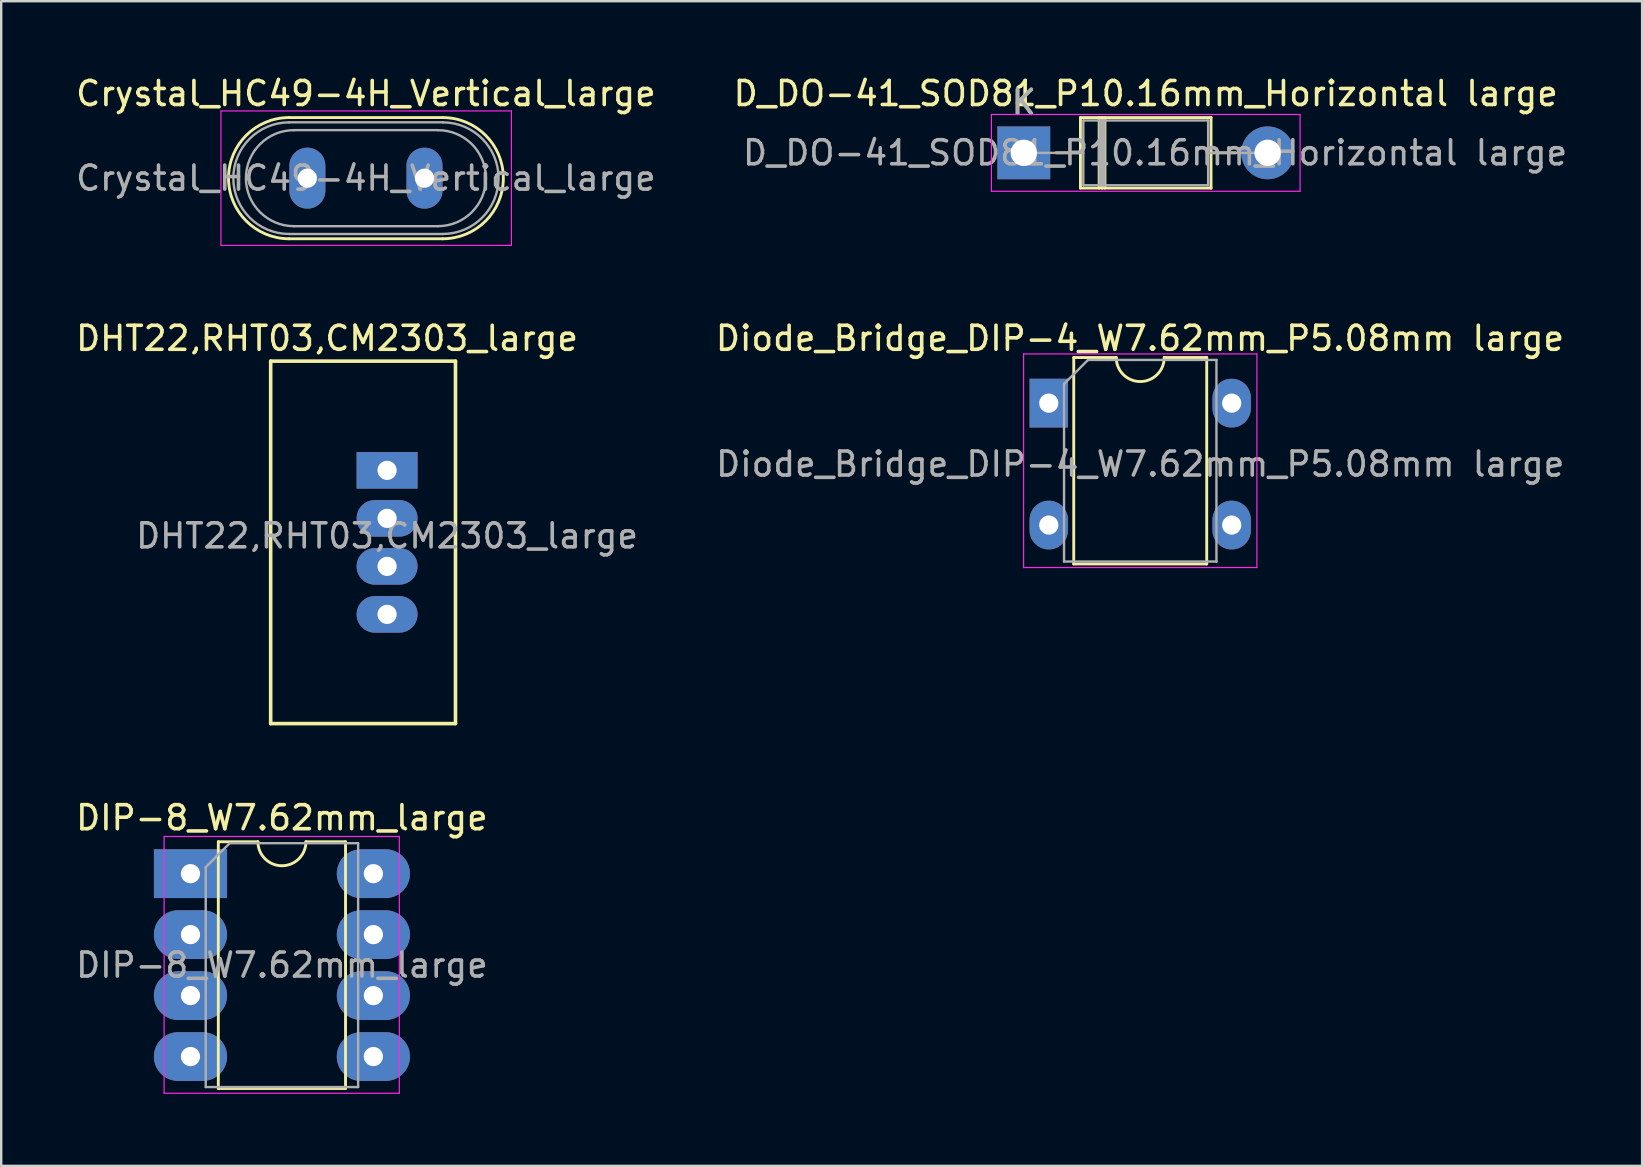
<source format=kicad_pcb>
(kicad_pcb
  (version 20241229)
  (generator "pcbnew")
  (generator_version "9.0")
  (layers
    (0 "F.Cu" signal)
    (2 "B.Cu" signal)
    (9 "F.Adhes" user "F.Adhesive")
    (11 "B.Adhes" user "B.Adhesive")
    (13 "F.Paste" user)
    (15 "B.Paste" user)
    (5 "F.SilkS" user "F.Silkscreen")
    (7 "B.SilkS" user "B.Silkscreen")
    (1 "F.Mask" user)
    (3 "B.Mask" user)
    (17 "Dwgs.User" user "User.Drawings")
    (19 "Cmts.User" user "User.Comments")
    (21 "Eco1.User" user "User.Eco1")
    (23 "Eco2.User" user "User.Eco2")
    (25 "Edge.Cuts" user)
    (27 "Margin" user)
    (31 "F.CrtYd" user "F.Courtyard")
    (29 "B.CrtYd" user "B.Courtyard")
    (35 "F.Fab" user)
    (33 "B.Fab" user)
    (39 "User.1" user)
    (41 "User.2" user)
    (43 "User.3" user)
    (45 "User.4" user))
  (footprint "D_DO-41_SOD81_P10.16mm_Horizontal large"
    (layer "F.Cu")
    (at 39.605 3.318)
    (property "Reference" "D_DO-41_SOD81_P10.16mm_Horizontal large" (at 5.08 -2.47 0) (layer "F.SilkS") (effects (font (size 1 1) (thickness 0.15))))
    (attr through_hole)
    (fp_line (start 1.34 0) (end 2.36 0) (stroke (width 0.12) (type solid)) (layer "F.SilkS"))
    (fp_line (start 2.36 -1.47) (end 2.36 1.47) (stroke (width 0.12) (type solid)) (layer "F.SilkS"))
    (fp_line (start 2.36 1.47) (end 7.8 1.47) (stroke (width 0.12) (type solid)) (layer "F.SilkS"))
    (fp_line (start 3.14 -1.47) (end 3.14 1.47) (stroke (width 0.12) (type solid)) (layer "F.SilkS"))
    (fp_line (start 3.26 -1.47) (end 3.26 1.47) (stroke (width 0.12) (type solid)) (layer "F.SilkS"))
    (fp_line (start 3.38 -1.47) (end 3.38 1.47) (stroke (width 0.12) (type solid)) (layer "F.SilkS"))
    (fp_line (start 7.8 -1.47) (end 2.36 -1.47) (stroke (width 0.12) (type solid)) (layer "F.SilkS"))
    (fp_line (start 7.8 1.47) (end 7.8 -1.47) (stroke (width 0.12) (type solid)) (layer "F.SilkS"))
    (fp_line (start 8.82 0) (end 7.8 0) (stroke (width 0.12) (type solid)) (layer "F.SilkS"))
    (fp_line (start -1.35 -1.6) (end -1.35 1.6) (stroke (width 0.05) (type solid)) (layer "F.CrtYd"))
    (fp_line (start -1.35 1.6) (end 11.51 1.6) (stroke (width 0.05) (type solid)) (layer "F.CrtYd"))
    (fp_line (start 11.51 -1.6) (end -1.35 -1.6) (stroke (width 0.05) (type solid)) (layer "F.CrtYd"))
    (fp_line (start 11.51 1.6) (end 11.51 -1.6) (stroke (width 0.05) (type solid)) (layer "F.CrtYd"))
    (fp_line (start 0 0) (end 2.48 0) (stroke (width 0.1) (type solid)) (layer "F.Fab"))
    (fp_line (start 2.48 -1.35) (end 2.48 1.35) (stroke (width 0.1) (type solid)) (layer "F.Fab"))
    (fp_line (start 2.48 1.35) (end 7.68 1.35) (stroke (width 0.1) (type solid)) (layer "F.Fab"))
    (fp_line (start 3.16 -1.35) (end 3.16 1.35) (stroke (width 0.1) (type solid)) (layer "F.Fab"))
    (fp_line (start 3.26 -1.35) (end 3.26 1.35) (stroke (width 0.1) (type solid)) (layer "F.Fab"))
    (fp_line (start 3.36 -1.35) (end 3.36 1.35) (stroke (width 0.1) (type solid)) (layer "F.Fab"))
    (fp_line (start 7.68 -1.35) (end 2.48 -1.35) (stroke (width 0.1) (type solid)) (layer "F.Fab"))
    (fp_line (start 7.68 1.35) (end 7.68 -1.35) (stroke (width 0.1) (type solid)) (layer "F.Fab"))
    (fp_line (start 10.16 0) (end 7.68 0) (stroke (width 0.1) (type solid)) (layer "F.Fab"))
    (fp_text user "K" (at 0 -2.1 0) (layer "F.SilkS") (effects (font (size 1 1) (thickness 0.15))))
    (fp_text user "K" (at 0 -2.1 0) (layer "F.Fab") (effects (font (size 1 1) (thickness 0.15))))
    (fp_text user "${REFERENCE}" (at 5.47 0 0) (layer "F.Fab") (effects (font (size 1 1) (thickness 0.15))))
    (pad "1" thru_hole rect (at 0 0) (size 2.2 2.2) (drill 1.1) (layers "*.Cu" "*.Mask"))
    (pad "2" thru_hole oval (at 10.16 0) (size 2.2 2.2) (drill 1.1) (layers "*.Cu" "*.Mask")))
  (footprint "DHT22,RHT03,CM2303_large"
    (layer "F.Cu")
    (at 12.077 19.547)
    (property "Reference" "DHT22,RHT03,CM2303_large" (at -1.5 -8.5 0) (layer "F.SilkS") (effects (font (size 1 1) (thickness 0.15))))
    (attr through_hole)
    (fp_line (start -3.85 -7.55) (end 3.85 -7.55) (stroke (width 0.15) (type solid)) (layer "F.SilkS"))
    (fp_line (start -3.85 7.55) (end -3.85 -7.55) (stroke (width 0.15) (type solid)) (layer "F.SilkS"))
    (fp_line (start 3.85 -7.55) (end 3.85 7.55) (stroke (width 0.15) (type solid)) (layer "F.SilkS"))
    (fp_line (start 3.85 7.55) (end -3.85 7.55) (stroke (width 0.15) (type solid)) (layer "F.SilkS"))
    (fp_text user "${REFERENCE}" (at 1 -0.27 0) (layer "F.Fab") (effects (font (size 1 1) (thickness 0.15))))
    (pad "1" thru_hole rect (at 1 -3) (size 2.54 1.524) (drill 0.8) (layers "*.Cu" "*.Mask"))
    (pad "2" thru_hole oval (at 1 -1) (size 2.54 1.524) (drill 0.8) (layers "*.Cu" "*.Mask"))
    (pad "3" thru_hole oval (at 1 1) (size 2.54 1.524) (drill 0.8) (layers "*.Cu" "*.Mask"))
    (pad "4" thru_hole oval (at 1 3) (size 2.54 1.524) (drill 0.8) (layers "*.Cu" "*.Mask")))
  (footprint "DIP-8_W7.62mm_large"
    (layer "F.Cu")
    (at 4.886 33.35)
    (property "Reference" "DIP-8_W7.62mm_large" (at 3.81 -2.33 0) (layer "F.SilkS") (effects (font (size 1 1) (thickness 0.15))))
    (attr through_hole)
    (fp_line (start 1.16 -1.33) (end 1.16 8.95) (stroke (width 0.12) (type solid)) (layer "F.SilkS"))
    (fp_line (start 1.16 8.95) (end 6.46 8.95) (stroke (width 0.12) (type solid)) (layer "F.SilkS"))
    (fp_line (start 2.81 -1.33) (end 1.16 -1.33) (stroke (width 0.12) (type solid)) (layer "F.SilkS"))
    (fp_line (start 6.46 -1.33) (end 4.81 -1.33) (stroke (width 0.12) (type solid)) (layer "F.SilkS"))
    (fp_line (start 6.46 8.95) (end 6.46 -1.33) (stroke (width 0.12) (type solid)) (layer "F.SilkS"))
    (fp_arc (start 4.81 -1.33) (mid 3.81 -0.33) (end 2.81 -1.33) (stroke (width 0.12) (type solid)) (layer "F.SilkS"))
    (fp_line (start -1.1 -1.55) (end -1.1 9.15) (stroke (width 0.05) (type solid)) (layer "F.CrtYd"))
    (fp_line (start -1.1 9.15) (end 8.7 9.15) (stroke (width 0.05) (type solid)) (layer "F.CrtYd"))
    (fp_line (start 8.7 -1.55) (end -1.1 -1.55) (stroke (width 0.05) (type solid)) (layer "F.CrtYd"))
    (fp_line (start 8.7 9.15) (end 8.7 -1.55) (stroke (width 0.05) (type solid)) (layer "F.CrtYd"))
    (fp_line (start 0.635 -0.27) (end 1.635 -1.27) (stroke (width 0.1) (type solid)) (layer "F.Fab"))
    (fp_line (start 0.635 8.89) (end 0.635 -0.27) (stroke (width 0.1) (type solid)) (layer "F.Fab"))
    (fp_line (start 1.635 -1.27) (end 6.985 -1.27) (stroke (width 0.1) (type solid)) (layer "F.Fab"))
    (fp_line (start 6.985 -1.27) (end 6.985 8.89) (stroke (width 0.1) (type solid)) (layer "F.Fab"))
    (fp_line (start 6.985 8.89) (end 0.635 8.89) (stroke (width 0.1) (type solid)) (layer "F.Fab"))
    (fp_text user "${REFERENCE}" (at 3.81 3.81 0) (layer "F.Fab") (effects (font (size 1 1) (thickness 0.15))))
    (pad "1" thru_hole rect (at 0 0) (size 3.048 2.032) (drill 0.8) (layers "*.Cu" "*.Mask"))
    (pad "2" thru_hole oval (at 0 2.54) (size 3.048 2.032) (drill 0.8) (layers "*.Cu" "*.Mask"))
    (pad "3" thru_hole oval (at 0 5.08) (size 3.048 2.032) (drill 0.8) (layers "*.Cu" "*.Mask"))
    (pad "4" thru_hole oval (at 0 7.62) (size 3.048 2.032) (drill 0.8) (layers "*.Cu" "*.Mask"))
    (pad "5" thru_hole oval (at 7.62 7.62) (size 3.048 2.032) (drill 0.8) (layers "*.Cu" "*.Mask"))
    (pad "6" thru_hole oval (at 7.62 5.08) (size 3.048 2.032) (drill 0.8) (layers "*.Cu" "*.Mask"))
    (pad "7" thru_hole oval (at 7.62 2.54) (size 3.048 2.032) (drill 0.8) (layers "*.Cu" "*.Mask"))
    (pad "8" thru_hole oval (at 7.62 0) (size 3.048 2.032) (drill 0.8) (layers "*.Cu" "*.Mask")))
  (footprint "Crystal_HC49-4H_Vertical_large"
    (layer "F.Cu")
    (at 9.756 4.373)
    (property "Reference" "Crystal_HC49-4H_Vertical_large" (at 2.44 -3.525 0) (layer "F.SilkS") (effects (font (size 1 1) (thickness 0.15))))
    (attr through_hole)
    (fp_line (start -0.76 -2.525) (end 5.64 -2.525) (stroke (width 0.12) (type solid)) (layer "F.SilkS"))
    (fp_line (start -0.76 2.525) (end 5.64 2.525) (stroke (width 0.12) (type solid)) (layer "F.SilkS"))
    (fp_arc (start -0.76 2.525) (mid -3.285 0) (end -0.76 -2.525) (stroke (width 0.12) (type solid)) (layer "F.SilkS"))
    (fp_arc (start 5.64 -2.525) (mid 8.165 0) (end 5.64 2.525) (stroke (width 0.12) (type solid)) (layer "F.SilkS"))
    (fp_line (start -3.6 -2.8) (end -3.6 2.8) (stroke (width 0.05) (type solid)) (layer "F.CrtYd"))
    (fp_line (start -3.6 2.8) (end 8.5 2.8) (stroke (width 0.05) (type solid)) (layer "F.CrtYd"))
    (fp_line (start 8.5 -2.8) (end -3.6 -2.8) (stroke (width 0.05) (type solid)) (layer "F.CrtYd"))
    (fp_line (start 8.5 2.8) (end 8.5 -2.8) (stroke (width 0.05) (type solid)) (layer "F.CrtYd"))
    (fp_line (start -0.76 -2.325) (end 5.64 -2.325) (stroke (width 0.1) (type solid)) (layer "F.Fab"))
    (fp_line (start -0.76 2.325) (end 5.64 2.325) (stroke (width 0.1) (type solid)) (layer "F.Fab"))
    (fp_line (start -0.56 -2) (end 5.44 -2) (stroke (width 0.1) (type solid)) (layer "F.Fab"))
    (fp_line (start -0.56 2) (end 5.44 2) (stroke (width 0.1) (type solid)) (layer "F.Fab"))
    (fp_arc (start -0.76 2.325) (mid -3.085 0) (end -0.76 -2.325) (stroke (width 0.1) (type solid)) (layer "F.Fab"))
    (fp_arc (start -0.56 2) (mid -2.56 0) (end -0.56 -2) (stroke (width 0.1) (type solid)) (layer "F.Fab"))
    (fp_arc (start 5.44 -2) (mid 7.44 0) (end 5.44 2) (stroke (width 0.1) (type solid)) (layer "F.Fab"))
    (fp_arc (start 5.64 -2.325) (mid 7.965 0) (end 5.64 2.325) (stroke (width 0.1) (type solid)) (layer "F.Fab"))
    (fp_text user "${REFERENCE}" (at 2.44 0 0) (layer "F.Fab") (effects (font (size 1 1) (thickness 0.15))))
    (pad "1" thru_hole oval (at 0 0) (size 1.5 2.54) (drill 0.8) (layers "*.Cu" "*.Mask"))
    (pad "2" thru_hole oval (at 4.88 0) (size 1.5 2.54) (drill 0.8) (layers "*.Cu" "*.Mask")))
  (footprint "Diode_Bridge_DIP-4_W7.62mm_P5.08mm large"
    (layer "F.Cu")
    (at 40.646 13.746)
    (property "Reference" "Diode_Bridge_DIP-4_W7.62mm_P5.08mm large" (at 3.8 -2.7 0) (layer "F.SilkS") (effects (font (size 1 1) (thickness 0.15))))
    (attr through_hole)
    (fp_line (start 1.04 -1.9) (end 1.04 6.7) (stroke (width 0.12) (type solid)) (layer "F.SilkS"))
    (fp_line (start 1.04 6.7) (end 6.58 6.7) (stroke (width 0.12) (type solid)) (layer "F.SilkS"))
    (fp_line (start 2.81 -1.9) (end 1.04 -1.9) (stroke (width 0.12) (type solid)) (layer "F.SilkS"))
    (fp_line (start 6.58 -1.9) (end 4.81 -1.9) (stroke (width 0.12) (type solid)) (layer "F.SilkS"))
    (fp_line (start 6.58 6.7) (end 6.58 -1.9) (stroke (width 0.12) (type solid)) (layer "F.SilkS"))
    (fp_arc (start 4.81 -1.9) (mid 3.81 -0.9) (end 2.81 -1.9) (stroke (width 0.12) (type solid)) (layer "F.SilkS"))
    (fp_line (start -1.05 -2.05) (end -1.05 6.85) (stroke (width 0.05) (type solid)) (layer "F.CrtYd"))
    (fp_line (start -1.05 -2.05) (end 8.67 -2.05) (stroke (width 0.05) (type solid)) (layer "F.CrtYd"))
    (fp_line (start 8.67 6.85) (end -1.05 6.85) (stroke (width 0.05) (type solid)) (layer "F.CrtYd"))
    (fp_line (start 8.67 6.85) (end 8.67 -2.05) (stroke (width 0.05) (type solid)) (layer "F.CrtYd"))
    (fp_line (start 0.635 -0.8) (end 1.635 -1.8) (stroke (width 0.1) (type solid)) (layer "F.Fab"))
    (fp_line (start 0.635 6.6) (end 0.635 -0.8) (stroke (width 0.1) (type solid)) (layer "F.Fab"))
    (fp_line (start 1.635 -1.8) (end 6.985 -1.8) (stroke (width 0.1) (type solid)) (layer "F.Fab"))
    (fp_line (start 6.985 -1.8) (end 6.985 6.6) (stroke (width 0.1) (type solid)) (layer "F.Fab"))
    (fp_line (start 6.985 6.6) (end 0.635 6.6) (stroke (width 0.1) (type solid)) (layer "F.Fab"))
    (fp_text user "${REFERENCE}" (at 3.81 2.54 0) (layer "F.Fab") (effects (font (size 1 1) (thickness 0.15))))
    (pad "1" thru_hole rect (at 0 0) (size 1.6 2.032) (drill 0.8) (layers "*.Cu" "*.Mask"))
    (pad "2" thru_hole oval (at 0 5.08) (size 1.6 2.032) (drill 0.8) (layers "*.Cu" "*.Mask"))
    (pad "3" thru_hole oval (at 7.62 5.08) (size 1.6 2.032) (drill 0.8) (layers "*.Cu" "*.Mask"))
    (pad "4" thru_hole oval (at 7.62 0) (size 1.6 2.032) (drill 0.8) (layers "*.Cu" "*.Mask")))
  (gr_rect
    (start -3 -3)
    (end 65.366 45.525)
    (stroke (width 0.1) (type default))
    (fill no)
    (layer "Edge.Cuts")))
</source>
